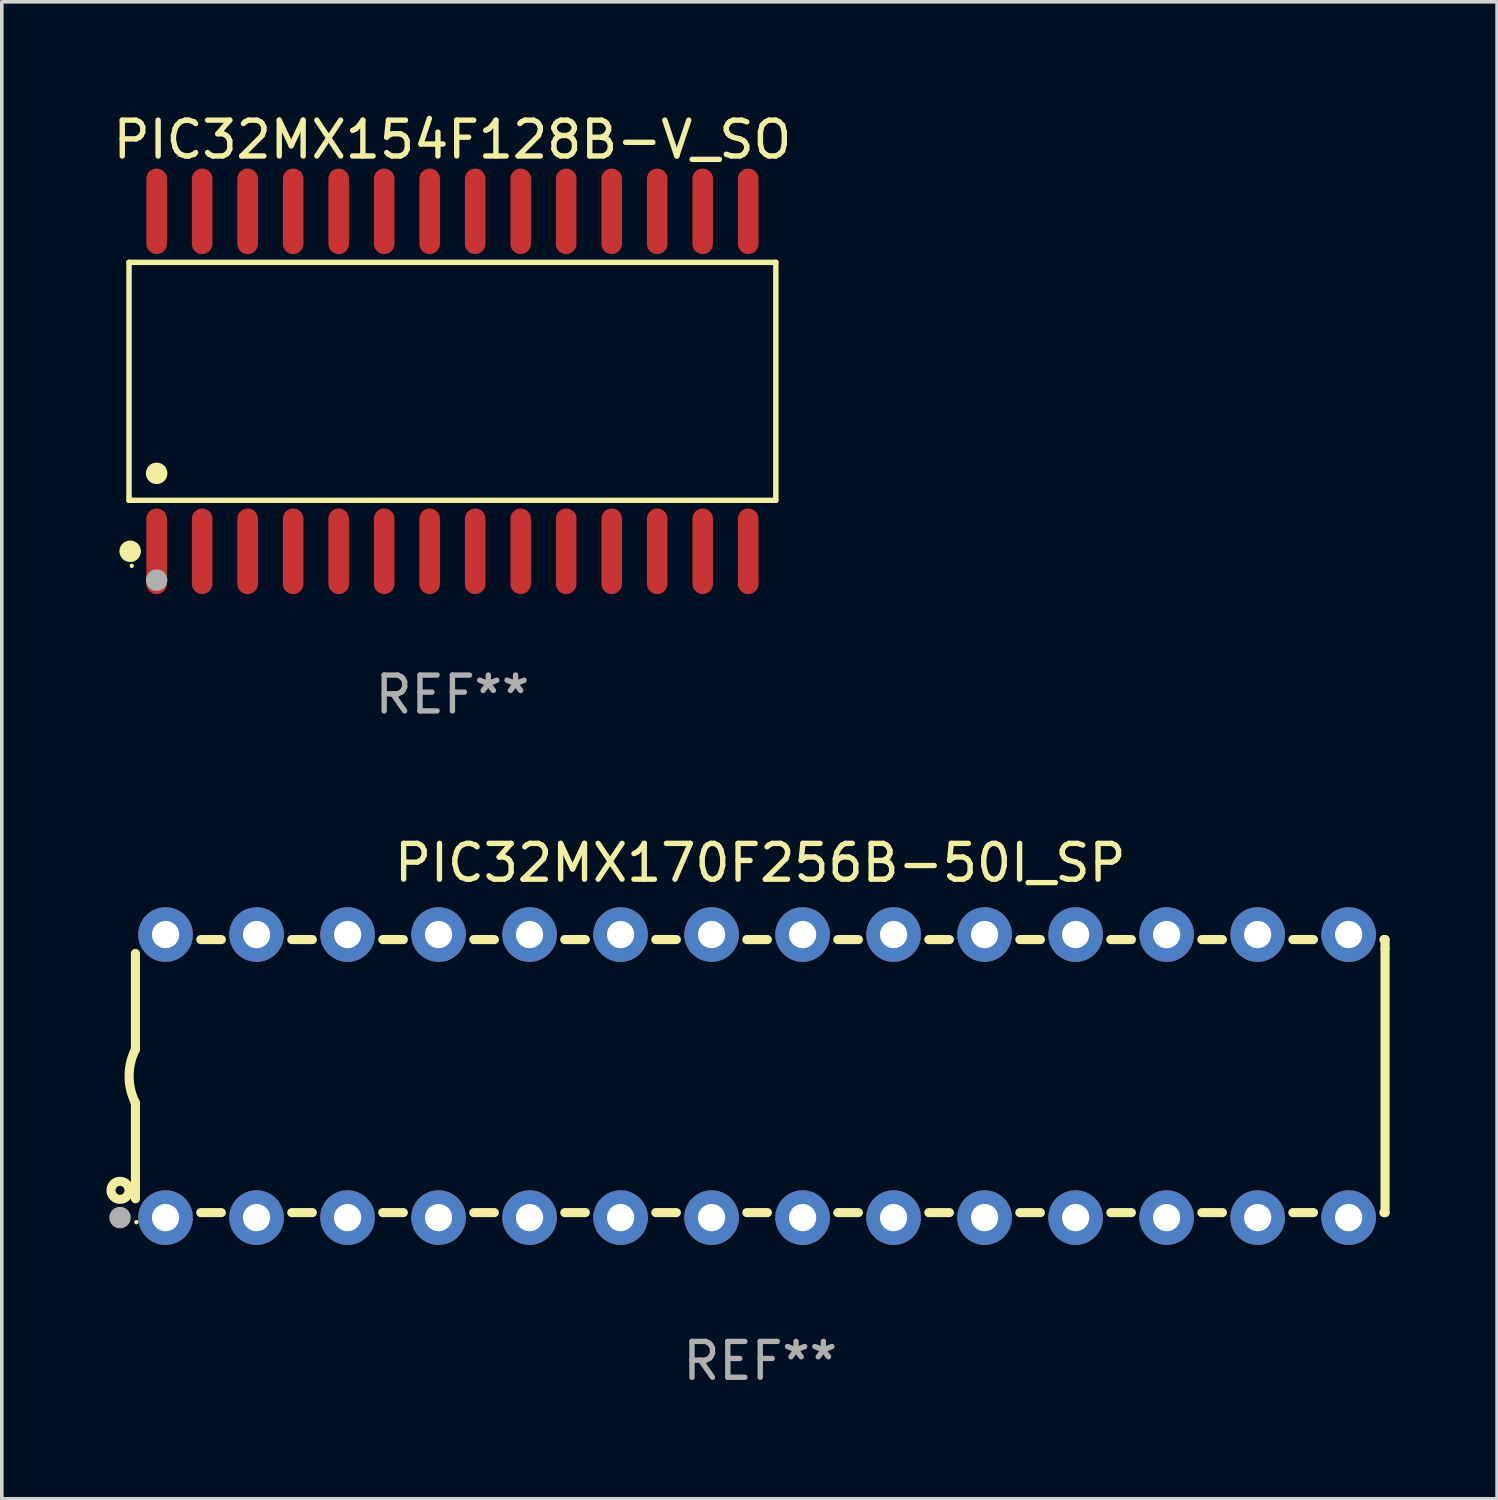
<source format=kicad_pcb>
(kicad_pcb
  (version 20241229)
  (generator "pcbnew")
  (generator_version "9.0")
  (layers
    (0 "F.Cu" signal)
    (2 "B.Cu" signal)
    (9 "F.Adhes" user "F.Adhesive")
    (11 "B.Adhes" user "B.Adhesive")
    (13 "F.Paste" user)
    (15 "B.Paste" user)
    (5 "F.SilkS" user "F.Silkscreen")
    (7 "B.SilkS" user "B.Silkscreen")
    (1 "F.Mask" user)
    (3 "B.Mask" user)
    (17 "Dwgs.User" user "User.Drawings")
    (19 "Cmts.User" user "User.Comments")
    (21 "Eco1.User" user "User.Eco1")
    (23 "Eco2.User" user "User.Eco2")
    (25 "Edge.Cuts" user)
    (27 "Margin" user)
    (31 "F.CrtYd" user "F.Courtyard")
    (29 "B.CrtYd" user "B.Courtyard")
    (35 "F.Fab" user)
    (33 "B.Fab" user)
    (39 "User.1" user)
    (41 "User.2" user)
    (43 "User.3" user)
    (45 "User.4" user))
  (footprint "PIC32MX170F256B-50I_SP"
    (layer "F.Cu")
    (at 18.168 26.983)
    (property "Reference" "PIC32MX170F256B-50I_SP" (at 0 -5.95 0) (layer "F.SilkS") (effects (font (size 1 1) (thickness 0.15))))
    (attr through_hole)
    (fp_line (start -17.438 0.75) (end -17.438 3.423) (stroke (width 0.254) (type solid)) (layer "F.SilkS"))
    (fp_line (start -17.438 -3.423) (end -17.438 -0.75) (stroke (width 0.254) (type solid)) (layer "F.SilkS"))
    (fp_line (start -15.615 3.81) (end -15.041 3.81) (stroke (width 0.254) (type solid)) (layer "F.SilkS"))
    (fp_line (start -15.041 -3.81) (end -15.614 -3.81) (stroke (width 0.254) (type solid)) (layer "F.SilkS"))
    (fp_line (start -13.075 3.81) (end -12.501 3.81) (stroke (width 0.254) (type solid)) (layer "F.SilkS"))
    (fp_line (start -12.501 -3.81) (end -13.074 -3.81) (stroke (width 0.254) (type solid)) (layer "F.SilkS"))
    (fp_line (start -10.535 3.81) (end -9.961 3.81) (stroke (width 0.254) (type solid)) (layer "F.SilkS"))
    (fp_line (start -9.961 -3.81) (end -10.534 -3.81) (stroke (width 0.254) (type solid)) (layer "F.SilkS"))
    (fp_line (start -7.995 3.81) (end -7.421 3.81) (stroke (width 0.254) (type solid)) (layer "F.SilkS"))
    (fp_line (start -7.421 -3.81) (end -7.995 -3.81) (stroke (width 0.254) (type solid)) (layer "F.SilkS"))
    (fp_line (start -5.455 3.81) (end -4.881 3.81) (stroke (width 0.254) (type solid)) (layer "F.SilkS"))
    (fp_line (start -4.881 -3.81) (end -5.455 -3.81) (stroke (width 0.254) (type solid)) (layer "F.SilkS"))
    (fp_line (start -2.915 3.81) (end -2.341 3.81) (stroke (width 0.254) (type solid)) (layer "F.SilkS"))
    (fp_line (start -2.341 -3.81) (end -2.915 -3.81) (stroke (width 0.254) (type solid)) (layer "F.SilkS"))
    (fp_line (start -0.375 3.81) (end 0.199 3.81) (stroke (width 0.254) (type solid)) (layer "F.SilkS"))
    (fp_line (start 0.199 -3.81) (end -0.375 -3.81) (stroke (width 0.254) (type solid)) (layer "F.SilkS"))
    (fp_line (start 2.165 3.81) (end 2.739 3.81) (stroke (width 0.254) (type solid)) (layer "F.SilkS"))
    (fp_line (start 2.739 -3.81) (end 2.165 -3.81) (stroke (width 0.254) (type solid)) (layer "F.SilkS"))
    (fp_line (start 4.705 3.81) (end 5.279 3.81) (stroke (width 0.254) (type solid)) (layer "F.SilkS"))
    (fp_line (start 5.279 -3.81) (end 4.705 -3.81) (stroke (width 0.254) (type solid)) (layer "F.SilkS"))
    (fp_line (start 7.245 3.81) (end 7.819 3.81) (stroke (width 0.254) (type solid)) (layer "F.SilkS"))
    (fp_line (start 7.819 -3.81) (end 7.245 -3.81) (stroke (width 0.254) (type solid)) (layer "F.SilkS"))
    (fp_line (start 9.785 3.81) (end 10.359 3.81) (stroke (width 0.254) (type solid)) (layer "F.SilkS"))
    (fp_line (start 10.359 -3.81) (end 9.785 -3.81) (stroke (width 0.254) (type solid)) (layer "F.SilkS"))
    (fp_line (start 12.325 3.81) (end 12.899 3.81) (stroke (width 0.254) (type solid)) (layer "F.SilkS"))
    (fp_line (start 12.899 -3.81) (end 12.325 -3.81) (stroke (width 0.254) (type solid)) (layer "F.SilkS"))
    (fp_line (start 14.865 3.81) (end 15.439 3.81) (stroke (width 0.254) (type solid)) (layer "F.SilkS"))
    (fp_line (start 15.439 -3.81) (end 14.865 -3.81) (stroke (width 0.254) (type solid)) (layer "F.SilkS"))
    (fp_line (start 17.405 3.81) (end 17.438 3.81) (stroke (width 0.254) (type solid)) (layer "F.SilkS"))
    (fp_line (start 17.438 -3.81) (end 17.405 -3.81) (stroke (width 0.254) (type solid)) (layer "F.SilkS"))
    (fp_line (start 17.438 -3.556) (end 17.438 -3.81) (stroke (width 0.254) (type solid)) (layer "F.SilkS"))
    (fp_line (start 17.438 3.81) (end 17.438 -3.556) (stroke (width 0.254) (type solid)) (layer "F.SilkS"))
    (fp_arc (start -17.437986 0.749657) (mid -17.614887 -0.000024) (end -17.437783 -0.749657) (stroke (width 0.254001) (type solid)) (layer "F.SilkS"))
    (fp_circle (center -17.868 3.188) (end -17.743 3.188) (stroke (width 0.254) (type solid)) (fill no) (layer "F.SilkS"))
    (fp_circle (center -17.411 4.077) (end -17.381 4.077) (stroke (width 0.06) (type solid)) (fill no) (layer "F.SilkS"))
    (fp_circle (center -17.868 3.95) (end -17.718 3.95) (stroke (width 0.3) (type solid)) (fill no) (layer "F.Fab"))
    (fp_text user "REF**" (at 0 7.95 0) (layer "F.Fab") (effects (font (size 1 1) (thickness 0.15))))
    (pad "1" thru_hole circle (at -16.598 3.95) (size 1.524 1.524) (drill 0.762) (layers "*.Cu" "*.Mask"))
    (pad "2" thru_hole circle (at -14.058 3.95) (size 1.524 1.524) (drill 0.762) (layers "*.Cu" "*.Mask"))
    (pad "3" thru_hole circle (at -11.518 3.95) (size 1.524 1.524) (drill 0.762) (layers "*.Cu" "*.Mask"))
    (pad "4" thru_hole circle (at -8.978 3.95) (size 1.524 1.524) (drill 0.762) (layers "*.Cu" "*.Mask"))
    (pad "5" thru_hole circle (at -6.438 3.95) (size 1.524 1.524) (drill 0.762) (layers "*.Cu" "*.Mask"))
    (pad "6" thru_hole circle (at -3.898 3.95) (size 1.524 1.524) (drill 0.762) (layers "*.Cu" "*.Mask"))
    (pad "7" thru_hole circle (at -1.358 3.95) (size 1.524 1.524) (drill 0.762) (layers "*.Cu" "*.Mask"))
    (pad "8" thru_hole circle (at 1.182 3.95) (size 1.524 1.524) (drill 0.762) (layers "*.Cu" "*.Mask"))
    (pad "9" thru_hole circle (at 3.722 3.95) (size 1.524 1.524) (drill 0.762) (layers "*.Cu" "*.Mask"))
    (pad "10" thru_hole circle (at 6.262 3.95) (size 1.524 1.524) (drill 0.762) (layers "*.Cu" "*.Mask"))
    (pad "11" thru_hole circle (at 8.802 3.95) (size 1.524 1.524) (drill 0.762) (layers "*.Cu" "*.Mask"))
    (pad "12" thru_hole circle (at 11.342 3.95) (size 1.524 1.524) (drill 0.762) (layers "*.Cu" "*.Mask"))
    (pad "13" thru_hole circle (at 13.882 3.95) (size 1.524 1.524) (drill 0.762) (layers "*.Cu" "*.Mask"))
    (pad "14" thru_hole circle (at 16.422 3.95) (size 1.524 1.524) (drill 0.762) (layers "*.Cu" "*.Mask"))
    (pad "15" thru_hole circle (at 16.422 -3.95) (size 1.524 1.524) (drill 0.762) (layers "*.Cu" "*.Mask"))
    (pad "16" thru_hole circle (at 13.882 -3.95) (size 1.524 1.524) (drill 0.762) (layers "*.Cu" "*.Mask"))
    (pad "17" thru_hole circle (at 11.342 -3.95) (size 1.524 1.524) (drill 0.762) (layers "*.Cu" "*.Mask"))
    (pad "18" thru_hole circle (at 8.802 -3.95) (size 1.524 1.524) (drill 0.762) (layers "*.Cu" "*.Mask"))
    (pad "19" thru_hole circle (at 6.262 -3.95) (size 1.524 1.524) (drill 0.762) (layers "*.Cu" "*.Mask"))
    (pad "20" thru_hole circle (at 3.722 -3.95) (size 1.524 1.524) (drill 0.762) (layers "*.Cu" "*.Mask"))
    (pad "21" thru_hole circle (at 1.182 -3.95) (size 1.524 1.524) (drill 0.762) (layers "*.Cu" "*.Mask"))
    (pad "22" thru_hole circle (at -1.358 -3.95) (size 1.524 1.524) (drill 0.762) (layers "*.Cu" "*.Mask"))
    (pad "23" thru_hole circle (at -3.898 -3.95) (size 1.524 1.524) (drill 0.762) (layers "*.Cu" "*.Mask"))
    (pad "24" thru_hole circle (at -6.438 -3.95) (size 1.524 1.524) (drill 0.762) (layers "*.Cu" "*.Mask"))
    (pad "25" thru_hole circle (at -8.978 -3.95) (size 1.524 1.524) (drill 0.762) (layers "*.Cu" "*.Mask"))
    (pad "26" thru_hole circle (at -11.517 -3.95) (size 1.524 1.524) (drill 0.762) (layers "*.Cu" "*.Mask"))
    (pad "27" thru_hole circle (at -14.057 -3.95) (size 1.524 1.524) (drill 0.762) (layers "*.Cu" "*.Mask"))
    (pad "28" thru_hole circle (at -16.597 -3.95) (size 1.524 1.524) (drill 0.762) (layers "*.Cu" "*.Mask")))
  (footprint "PIC32MX154F128B-V_SO"
    (layer "F.Cu")
    (at 9.577 7.592)
    (property "Reference" "PIC32MX154F128B-V_SO" (at 0 -6.744 0) (layer "F.SilkS") (effects (font (size 1 1) (thickness 0.15))))
    (attr through_hole)
    (fp_line (start -9.026 -3.321) (end 9.026 -3.321) (stroke (width 0.152) (type solid)) (layer "F.SilkS"))
    (fp_line (start -9.026 3.321) (end -9.026 -3.321) (stroke (width 0.152) (type solid)) (layer "F.SilkS"))
    (fp_line (start 9.026 -3.321) (end 9.026 3.321) (stroke (width 0.152) (type solid)) (layer "F.SilkS"))
    (fp_line (start 9.026 3.321) (end -9.026 3.321) (stroke (width 0.152) (type solid)) (layer "F.SilkS"))
    (fp_circle (center -8.994 4.744) (end -8.844 4.744) (stroke (width 0.3) (type solid)) (fill no) (layer "F.SilkS"))
    (fp_circle (center -8.95 5.15) (end -8.92 5.15) (stroke (width 0.06) (type solid)) (fill no) (layer "F.SilkS"))
    (fp_circle (center -8.255 2.569) (end -8.105 2.569) (stroke (width 0.3) (type solid)) (fill no) (layer "F.SilkS"))
    (fp_circle (center -8.255 5.55) (end -8.105 5.55) (stroke (width 0.3) (type solid)) (fill no) (layer "F.Fab"))
    (fp_text user "REF**" (at 0 8.744 0) (layer "F.Fab") (effects (font (size 1 1) (thickness 0.15))))
    (pad "1" smd oval (at -8.255 4.744) (size 0.574 2.388) (layers "F.Cu" "F.Mask" "F.Paste"))
    (pad "2" smd oval (at -6.985 4.744) (size 0.574 2.388) (layers "F.Cu" "F.Mask" "F.Paste"))
    (pad "3" smd oval (at -5.715 4.744) (size 0.574 2.388) (layers "F.Cu" "F.Mask" "F.Paste"))
    (pad "4" smd oval (at -4.445 4.744) (size 0.574 2.388) (layers "F.Cu" "F.Mask" "F.Paste"))
    (pad "5" smd oval (at -3.175 4.744) (size 0.574 2.388) (layers "F.Cu" "F.Mask" "F.Paste"))
    (pad "6" smd oval (at -1.905 4.744) (size 0.574 2.388) (layers "F.Cu" "F.Mask" "F.Paste"))
    (pad "7" smd oval (at -0.635 4.744) (size 0.574 2.388) (layers "F.Cu" "F.Mask" "F.Paste"))
    (pad "8" smd oval (at 0.635 4.744) (size 0.574 2.388) (layers "F.Cu" "F.Mask" "F.Paste"))
    (pad "9" smd oval (at 1.905 4.744) (size 0.574 2.388) (layers "F.Cu" "F.Mask" "F.Paste"))
    (pad "10" smd oval (at 3.175 4.744) (size 0.574 2.388) (layers "F.Cu" "F.Mask" "F.Paste"))
    (pad "11" smd oval (at 4.445 4.744) (size 0.574 2.388) (layers "F.Cu" "F.Mask" "F.Paste"))
    (pad "12" smd oval (at 5.715 4.744) (size 0.574 2.388) (layers "F.Cu" "F.Mask" "F.Paste"))
    (pad "13" smd oval (at 6.985 4.744) (size 0.574 2.388) (layers "F.Cu" "F.Mask" "F.Paste"))
    (pad "14" smd oval (at 8.255 4.744) (size 0.574 2.388) (layers "F.Cu" "F.Mask" "F.Paste"))
    (pad "15" smd oval (at 8.255 -4.744) (size 0.574 2.388) (layers "F.Cu" "F.Mask" "F.Paste"))
    (pad "16" smd oval (at 6.985 -4.744) (size 0.574 2.388) (layers "F.Cu" "F.Mask" "F.Paste"))
    (pad "17" smd oval (at 5.715 -4.744) (size 0.574 2.388) (layers "F.Cu" "F.Mask" "F.Paste"))
    (pad "18" smd oval (at 4.445 -4.744) (size 0.574 2.388) (layers "F.Cu" "F.Mask" "F.Paste"))
    (pad "19" smd oval (at 3.175 -4.744) (size 0.574 2.388) (layers "F.Cu" "F.Mask" "F.Paste"))
    (pad "20" smd oval (at 1.905 -4.744) (size 0.574 2.388) (layers "F.Cu" "F.Mask" "F.Paste"))
    (pad "21" smd oval (at 0.635 -4.744) (size 0.574 2.388) (layers "F.Cu" "F.Mask" "F.Paste"))
    (pad "22" smd oval (at -0.635 -4.744) (size 0.574 2.388) (layers "F.Cu" "F.Mask" "F.Paste"))
    (pad "23" smd oval (at -1.905 -4.744) (size 0.574 2.388) (layers "F.Cu" "F.Mask" "F.Paste"))
    (pad "24" smd oval (at -3.175 -4.744) (size 0.574 2.388) (layers "F.Cu" "F.Mask" "F.Paste"))
    (pad "25" smd oval (at -4.445 -4.744) (size 0.574 2.388) (layers "F.Cu" "F.Mask" "F.Paste"))
    (pad "26" smd oval (at -5.715 -4.744) (size 0.574 2.388) (layers "F.Cu" "F.Mask" "F.Paste"))
    (pad "27" smd oval (at -6.985 -4.744) (size 0.574 2.388) (layers "F.Cu" "F.Mask" "F.Paste"))
    (pad "28" smd oval (at -8.255 -4.744) (size 0.574 2.388) (layers "F.Cu" "F.Mask" "F.Paste")))
  (gr_rect
    (start -3 -3)
    (end 38.733 38.781)
    (stroke (width 0.1) (type default))
    (fill no)
    (layer "Edge.Cuts")))
</source>
